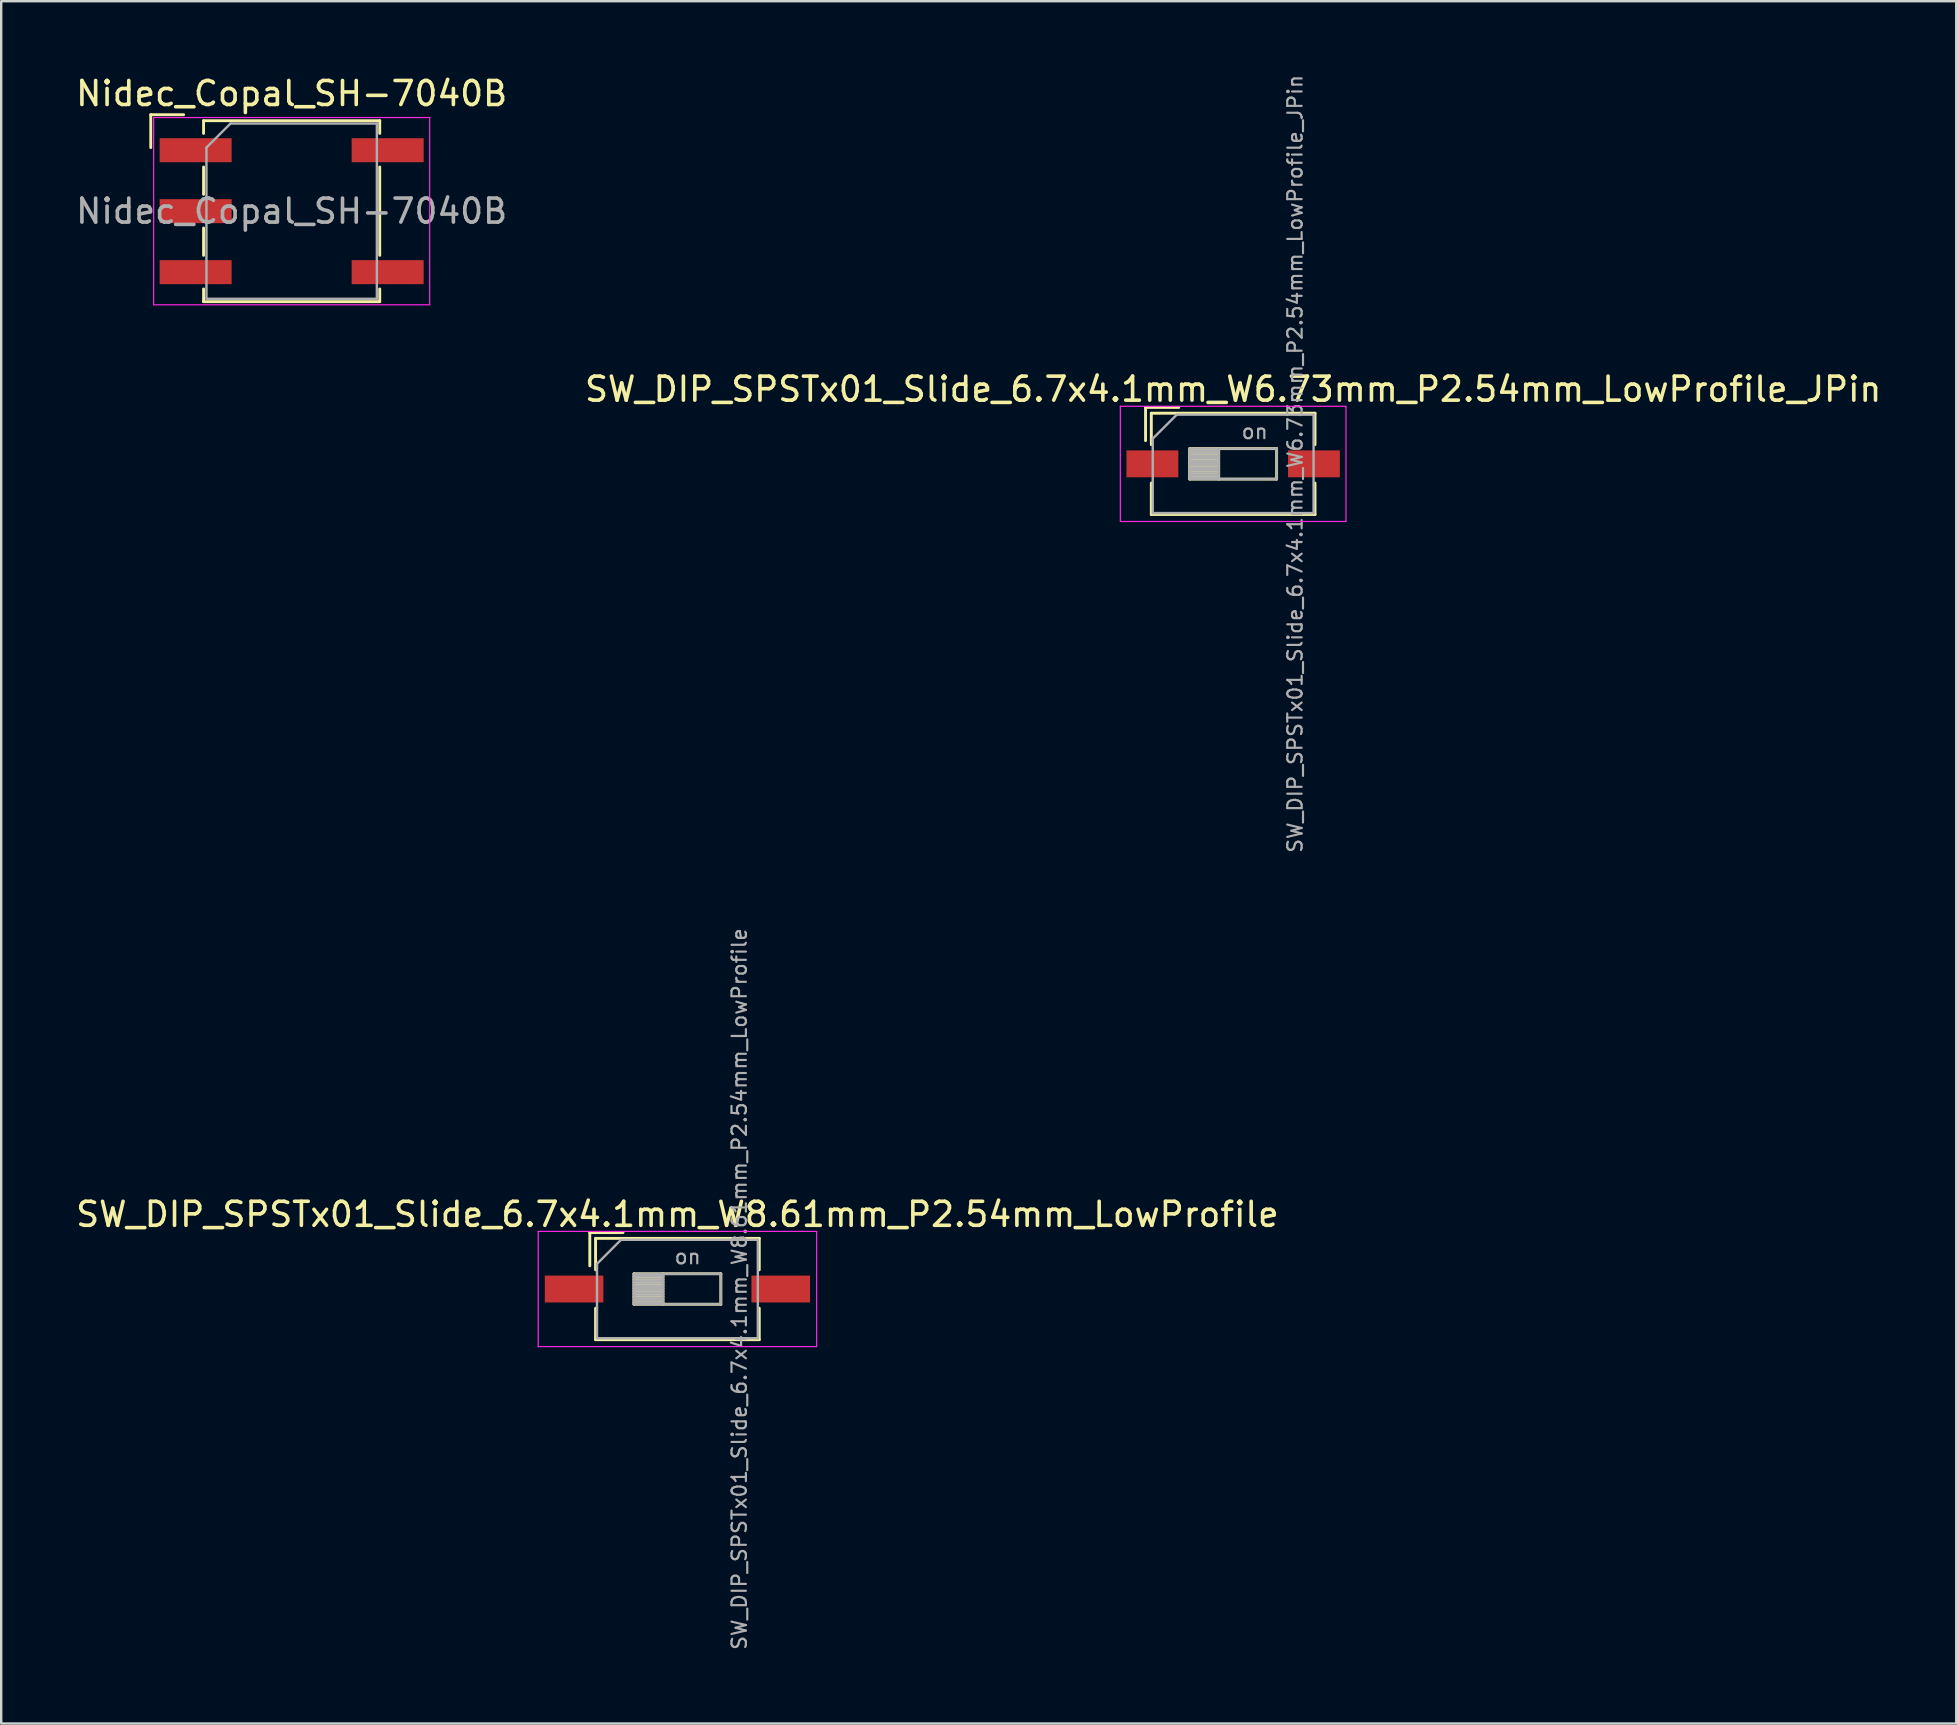
<source format=kicad_pcb>
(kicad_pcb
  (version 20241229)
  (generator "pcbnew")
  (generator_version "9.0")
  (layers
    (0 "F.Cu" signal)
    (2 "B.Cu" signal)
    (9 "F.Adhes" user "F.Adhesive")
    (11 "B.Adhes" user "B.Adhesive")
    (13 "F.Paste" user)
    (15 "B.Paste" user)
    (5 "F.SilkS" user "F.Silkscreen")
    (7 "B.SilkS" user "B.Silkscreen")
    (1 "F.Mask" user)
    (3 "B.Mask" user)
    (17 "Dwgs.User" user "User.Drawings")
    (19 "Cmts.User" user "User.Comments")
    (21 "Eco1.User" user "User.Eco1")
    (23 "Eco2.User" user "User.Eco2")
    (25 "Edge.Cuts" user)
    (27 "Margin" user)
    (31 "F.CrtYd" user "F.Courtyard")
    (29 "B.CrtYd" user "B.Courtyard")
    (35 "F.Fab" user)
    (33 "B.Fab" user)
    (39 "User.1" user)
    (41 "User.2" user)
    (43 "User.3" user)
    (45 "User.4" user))
  (footprint "SW_DIP_SPSTx01_Slide_6.7x4.1mm_W8.61mm_P2.54mm_LowProfile"
    (layer "F.Cu")
    (at 25.173 50.654)
    (property "Reference" "SW_DIP_SPSTx01_Slide_6.7x4.1mm_W8.61mm_P2.54mm_LowProfile" (at 0 -3.11 0) (layer "F.SilkS") (effects (font (size 1 1) (thickness 0.15))))
    (attr smd)
    (fp_line (start -3.65 -2.35) (end -3.65 -0.967) (stroke (width 0.12) (type solid)) (layer "F.SilkS"))
    (fp_line (start -3.65 -2.35) (end -2.267 -2.35) (stroke (width 0.12) (type solid)) (layer "F.SilkS"))
    (fp_line (start -3.41 -2.11) (end -3.41 -0.8) (stroke (width 0.12) (type solid)) (layer "F.SilkS"))
    (fp_line (start -3.41 -2.11) (end 3.41 -2.11) (stroke (width 0.12) (type solid)) (layer "F.SilkS"))
    (fp_line (start -3.41 0.8) (end -3.41 2.11) (stroke (width 0.12) (type solid)) (layer "F.SilkS"))
    (fp_line (start -3.41 2.11) (end 3.41 2.11) (stroke (width 0.12) (type solid)) (layer "F.SilkS"))
    (fp_line (start -1.81 -0.635) (end -1.81 0.635) (stroke (width 0.12) (type solid)) (layer "F.SilkS"))
    (fp_line (start -1.81 -0.515) (end -0.603 -0.515) (stroke (width 0.12) (type solid)) (layer "F.SilkS"))
    (fp_line (start -1.81 -0.395) (end -0.603 -0.395) (stroke (width 0.12) (type solid)) (layer "F.SilkS"))
    (fp_line (start -1.81 -0.275) (end -0.603 -0.275) (stroke (width 0.12) (type solid)) (layer "F.SilkS"))
    (fp_line (start -1.81 -0.155) (end -0.603 -0.155) (stroke (width 0.12) (type solid)) (layer "F.SilkS"))
    (fp_line (start -1.81 -0.035) (end -0.603 -0.035) (stroke (width 0.12) (type solid)) (layer "F.SilkS"))
    (fp_line (start -1.81 0.085) (end -0.603 0.085) (stroke (width 0.12) (type solid)) (layer "F.SilkS"))
    (fp_line (start -1.81 0.205) (end -0.603 0.205) (stroke (width 0.12) (type solid)) (layer "F.SilkS"))
    (fp_line (start -1.81 0.325) (end -0.603 0.325) (stroke (width 0.12) (type solid)) (layer "F.SilkS"))
    (fp_line (start -1.81 0.445) (end -0.603 0.445) (stroke (width 0.12) (type solid)) (layer "F.SilkS"))
    (fp_line (start -1.81 0.565) (end -0.603 0.565) (stroke (width 0.12) (type solid)) (layer "F.SilkS"))
    (fp_line (start -1.81 0.635) (end 1.81 0.635) (stroke (width 0.12) (type solid)) (layer "F.SilkS"))
    (fp_line (start -0.603 -0.635) (end -0.603 0.635) (stroke (width 0.12) (type solid)) (layer "F.SilkS"))
    (fp_line (start 1.81 -0.635) (end -1.81 -0.635) (stroke (width 0.12) (type solid)) (layer "F.SilkS"))
    (fp_line (start 1.81 0.635) (end 1.81 -0.635) (stroke (width 0.12) (type solid)) (layer "F.SilkS"))
    (fp_line (start 3.41 -2.11) (end 3.41 -0.8) (stroke (width 0.12) (type solid)) (layer "F.SilkS"))
    (fp_line (start 3.41 0.8) (end 3.41 2.11) (stroke (width 0.12) (type solid)) (layer "F.SilkS"))
    (fp_line (start -5.8 -2.4) (end -5.8 2.4) (stroke (width 0.05) (type solid)) (layer "F.CrtYd"))
    (fp_line (start -5.8 2.4) (end 5.8 2.4) (stroke (width 0.05) (type solid)) (layer "F.CrtYd"))
    (fp_line (start 5.8 -2.4) (end -5.8 -2.4) (stroke (width 0.05) (type solid)) (layer "F.CrtYd"))
    (fp_line (start 5.8 2.4) (end 5.8 -2.4) (stroke (width 0.05) (type solid)) (layer "F.CrtYd"))
    (fp_line (start -3.35 -1.05) (end -2.35 -2.05) (stroke (width 0.1) (type solid)) (layer "F.Fab"))
    (fp_line (start -3.35 2.05) (end -3.35 -1.05) (stroke (width 0.1) (type solid)) (layer "F.Fab"))
    (fp_line (start -2.35 -2.05) (end 3.35 -2.05) (stroke (width 0.1) (type solid)) (layer "F.Fab"))
    (fp_line (start -1.81 -0.635) (end -1.81 0.635) (stroke (width 0.1) (type solid)) (layer "F.Fab"))
    (fp_line (start -1.81 -0.535) (end -0.603 -0.535) (stroke (width 0.1) (type solid)) (layer "F.Fab"))
    (fp_line (start -1.81 -0.435) (end -0.603 -0.435) (stroke (width 0.1) (type solid)) (layer "F.Fab"))
    (fp_line (start -1.81 -0.335) (end -0.603 -0.335) (stroke (width 0.1) (type solid)) (layer "F.Fab"))
    (fp_line (start -1.81 -0.235) (end -0.603 -0.235) (stroke (width 0.1) (type solid)) (layer "F.Fab"))
    (fp_line (start -1.81 -0.135) (end -0.603 -0.135) (stroke (width 0.1) (type solid)) (layer "F.Fab"))
    (fp_line (start -1.81 -0.035) (end -0.603 -0.035) (stroke (width 0.1) (type solid)) (layer "F.Fab"))
    (fp_line (start -1.81 0.065) (end -0.603 0.065) (stroke (width 0.1) (type solid)) (layer "F.Fab"))
    (fp_line (start -1.81 0.165) (end -0.603 0.165) (stroke (width 0.1) (type solid)) (layer "F.Fab"))
    (fp_line (start -1.81 0.265) (end -0.603 0.265) (stroke (width 0.1) (type solid)) (layer "F.Fab"))
    (fp_line (start -1.81 0.365) (end -0.603 0.365) (stroke (width 0.1) (type solid)) (layer "F.Fab"))
    (fp_line (start -1.81 0.465) (end -0.603 0.465) (stroke (width 0.1) (type solid)) (layer "F.Fab"))
    (fp_line (start -1.81 0.565) (end -0.603 0.565) (stroke (width 0.1) (type solid)) (layer "F.Fab"))
    (fp_line (start -1.81 0.635) (end 1.81 0.635) (stroke (width 0.1) (type solid)) (layer "F.Fab"))
    (fp_line (start -0.603 -0.635) (end -0.603 0.635) (stroke (width 0.1) (type solid)) (layer "F.Fab"))
    (fp_line (start 1.81 -0.635) (end -1.81 -0.635) (stroke (width 0.1) (type solid)) (layer "F.Fab"))
    (fp_line (start 1.81 0.635) (end 1.81 -0.635) (stroke (width 0.1) (type solid)) (layer "F.Fab"))
    (fp_line (start 3.35 -2.05) (end 3.35 2.05) (stroke (width 0.1) (type solid)) (layer "F.Fab"))
    (fp_line (start 3.35 2.05) (end -3.35 2.05) (stroke (width 0.1) (type solid)) (layer "F.Fab"))
    (fp_text user "${REFERENCE}" (at 2.58 0 90) (layer "F.Fab") (effects (font (size 0.6 0.6) (thickness 0.09))))
    (fp_text user "on" (at 0.427 -1.343 0) (layer "F.Fab") (effects (font (size 0.6 0.6) (thickness 0.09))))
    (pad "1" smd rect (at -4.305 0) (size 2.44 1.12) (layers "F.Cu" "F.Mask" "F.Paste"))
    (pad "2" smd rect (at 4.305 0) (size 2.44 1.12) (layers "F.Cu" "F.Mask" "F.Paste")))
  (footprint "SW_DIP_SPSTx01_Slide_6.7x4.1mm_W6.73mm_P2.54mm_LowProfile_JPin"
    (layer "F.Cu")
    (at 48.327 16.275)
    (property "Reference" "SW_DIP_SPSTx01_Slide_6.7x4.1mm_W6.73mm_P2.54mm_LowProfile_JPin" (at 0 -3.11 0) (layer "F.SilkS") (effects (font (size 1 1) (thickness 0.15))))
    (attr smd)
    (fp_line (start -3.65 -2.35) (end -3.65 -0.967) (stroke (width 0.12) (type solid)) (layer "F.SilkS"))
    (fp_line (start -3.65 -2.35) (end -2.267 -2.35) (stroke (width 0.12) (type solid)) (layer "F.SilkS"))
    (fp_line (start -3.41 -2.11) (end -3.41 -0.8) (stroke (width 0.12) (type solid)) (layer "F.SilkS"))
    (fp_line (start -3.41 -2.11) (end 3.41 -2.11) (stroke (width 0.12) (type solid)) (layer "F.SilkS"))
    (fp_line (start -3.41 0.8) (end -3.41 2.11) (stroke (width 0.12) (type solid)) (layer "F.SilkS"))
    (fp_line (start -3.41 2.11) (end 3.41 2.11) (stroke (width 0.12) (type solid)) (layer "F.SilkS"))
    (fp_line (start -1.81 -0.635) (end -1.81 0.635) (stroke (width 0.12) (type solid)) (layer "F.SilkS"))
    (fp_line (start -1.81 -0.515) (end -0.603 -0.515) (stroke (width 0.12) (type solid)) (layer "F.SilkS"))
    (fp_line (start -1.81 -0.395) (end -0.603 -0.395) (stroke (width 0.12) (type solid)) (layer "F.SilkS"))
    (fp_line (start -1.81 -0.275) (end -0.603 -0.275) (stroke (width 0.12) (type solid)) (layer "F.SilkS"))
    (fp_line (start -1.81 -0.155) (end -0.603 -0.155) (stroke (width 0.12) (type solid)) (layer "F.SilkS"))
    (fp_line (start -1.81 -0.035) (end -0.603 -0.035) (stroke (width 0.12) (type solid)) (layer "F.SilkS"))
    (fp_line (start -1.81 0.085) (end -0.603 0.085) (stroke (width 0.12) (type solid)) (layer "F.SilkS"))
    (fp_line (start -1.81 0.205) (end -0.603 0.205) (stroke (width 0.12) (type solid)) (layer "F.SilkS"))
    (fp_line (start -1.81 0.325) (end -0.603 0.325) (stroke (width 0.12) (type solid)) (layer "F.SilkS"))
    (fp_line (start -1.81 0.445) (end -0.603 0.445) (stroke (width 0.12) (type solid)) (layer "F.SilkS"))
    (fp_line (start -1.81 0.565) (end -0.603 0.565) (stroke (width 0.12) (type solid)) (layer "F.SilkS"))
    (fp_line (start -1.81 0.635) (end 1.81 0.635) (stroke (width 0.12) (type solid)) (layer "F.SilkS"))
    (fp_line (start -0.603 -0.635) (end -0.603 0.635) (stroke (width 0.12) (type solid)) (layer "F.SilkS"))
    (fp_line (start 1.81 -0.635) (end -1.81 -0.635) (stroke (width 0.12) (type solid)) (layer "F.SilkS"))
    (fp_line (start 1.81 0.635) (end 1.81 -0.635) (stroke (width 0.12) (type solid)) (layer "F.SilkS"))
    (fp_line (start 3.41 -2.11) (end 3.41 -0.8) (stroke (width 0.12) (type solid)) (layer "F.SilkS"))
    (fp_line (start 3.41 0.8) (end 3.41 2.11) (stroke (width 0.12) (type solid)) (layer "F.SilkS"))
    (fp_line (start -4.7 -2.4) (end -4.7 2.4) (stroke (width 0.05) (type solid)) (layer "F.CrtYd"))
    (fp_line (start -4.7 2.4) (end 4.7 2.4) (stroke (width 0.05) (type solid)) (layer "F.CrtYd"))
    (fp_line (start 4.7 -2.4) (end -4.7 -2.4) (stroke (width 0.05) (type solid)) (layer "F.CrtYd"))
    (fp_line (start 4.7 2.4) (end 4.7 -2.4) (stroke (width 0.05) (type solid)) (layer "F.CrtYd"))
    (fp_line (start -3.35 -1.05) (end -2.35 -2.05) (stroke (width 0.1) (type solid)) (layer "F.Fab"))
    (fp_line (start -3.35 2.05) (end -3.35 -1.05) (stroke (width 0.1) (type solid)) (layer "F.Fab"))
    (fp_line (start -2.35 -2.05) (end 3.35 -2.05) (stroke (width 0.1) (type solid)) (layer "F.Fab"))
    (fp_line (start -1.81 -0.635) (end -1.81 0.635) (stroke (width 0.1) (type solid)) (layer "F.Fab"))
    (fp_line (start -1.81 -0.535) (end -0.603 -0.535) (stroke (width 0.1) (type solid)) (layer "F.Fab"))
    (fp_line (start -1.81 -0.435) (end -0.603 -0.435) (stroke (width 0.1) (type solid)) (layer "F.Fab"))
    (fp_line (start -1.81 -0.335) (end -0.603 -0.335) (stroke (width 0.1) (type solid)) (layer "F.Fab"))
    (fp_line (start -1.81 -0.235) (end -0.603 -0.235) (stroke (width 0.1) (type solid)) (layer "F.Fab"))
    (fp_line (start -1.81 -0.135) (end -0.603 -0.135) (stroke (width 0.1) (type solid)) (layer "F.Fab"))
    (fp_line (start -1.81 -0.035) (end -0.603 -0.035) (stroke (width 0.1) (type solid)) (layer "F.Fab"))
    (fp_line (start -1.81 0.065) (end -0.603 0.065) (stroke (width 0.1) (type solid)) (layer "F.Fab"))
    (fp_line (start -1.81 0.165) (end -0.603 0.165) (stroke (width 0.1) (type solid)) (layer "F.Fab"))
    (fp_line (start -1.81 0.265) (end -0.603 0.265) (stroke (width 0.1) (type solid)) (layer "F.Fab"))
    (fp_line (start -1.81 0.365) (end -0.603 0.365) (stroke (width 0.1) (type solid)) (layer "F.Fab"))
    (fp_line (start -1.81 0.465) (end -0.603 0.465) (stroke (width 0.1) (type solid)) (layer "F.Fab"))
    (fp_line (start -1.81 0.565) (end -0.603 0.565) (stroke (width 0.1) (type solid)) (layer "F.Fab"))
    (fp_line (start -1.81 0.635) (end 1.81 0.635) (stroke (width 0.1) (type solid)) (layer "F.Fab"))
    (fp_line (start -0.603 -0.635) (end -0.603 0.635) (stroke (width 0.1) (type solid)) (layer "F.Fab"))
    (fp_line (start 1.81 -0.635) (end -1.81 -0.635) (stroke (width 0.1) (type solid)) (layer "F.Fab"))
    (fp_line (start 1.81 0.635) (end 1.81 -0.635) (stroke (width 0.1) (type solid)) (layer "F.Fab"))
    (fp_line (start 3.35 -2.05) (end 3.35 2.05) (stroke (width 0.1) (type solid)) (layer "F.Fab"))
    (fp_line (start 3.35 2.05) (end -3.35 2.05) (stroke (width 0.1) (type solid)) (layer "F.Fab"))
    (fp_text user "on" (at 0.897 -1.343 0) (layer "F.Fab") (effects (font (size 0.6 0.6) (thickness 0.09))))
    (fp_text user "${REFERENCE}" (at 2.58 0 90) (layer "F.Fab") (effects (font (size 0.6 0.6) (thickness 0.09))))
    (pad "1" smd rect (at -3.365 0) (size 2.16 1.12) (layers "F.Cu" "F.Mask" "F.Paste"))
    (pad "2" smd rect (at 3.365 0) (size 2.16 1.12) (layers "F.Cu" "F.Mask" "F.Paste")))
  (footprint "Nidec_Copal_SH-7040B"
    (layer "F.Cu")
    (at 9.101 5.748)
    (property "Reference" "Nidec_Copal_SH-7040B" (at 0 -4.9 0) (layer "F.SilkS") (effects (font (size 1 1) (thickness 0.15))))
    (attr smd)
    (fp_line (start -5.87 -4.02) (end -4.5 -4.02) (stroke (width 0.12) (type solid)) (layer "F.SilkS"))
    (fp_line (start -5.87 -2.65) (end -5.87 -4.02) (stroke (width 0.12) (type solid)) (layer "F.SilkS"))
    (fp_line (start -3.67 -3.77) (end 3.67 -3.77) (stroke (width 0.12) (type solid)) (layer "F.SilkS"))
    (fp_line (start -3.67 -3.24) (end -3.67 -3.77) (stroke (width 0.12) (type solid)) (layer "F.SilkS"))
    (fp_line (start -3.67 -1.84) (end -3.67 -0.7) (stroke (width 0.12) (type solid)) (layer "F.SilkS"))
    (fp_line (start -3.67 0.7) (end -3.67 1.84) (stroke (width 0.12) (type solid)) (layer "F.SilkS"))
    (fp_line (start -3.67 3.24) (end -3.67 3.77) (stroke (width 0.12) (type solid)) (layer "F.SilkS"))
    (fp_line (start -3.67 3.77) (end 3.67 3.77) (stroke (width 0.12) (type solid)) (layer "F.SilkS"))
    (fp_line (start 3.67 -3.77) (end 3.67 -3.24) (stroke (width 0.12) (type solid)) (layer "F.SilkS"))
    (fp_line (start 3.67 -1.84) (end 3.67 1.84) (stroke (width 0.12) (type solid)) (layer "F.SilkS"))
    (fp_line (start 3.67 3.77) (end 3.67 3.24) (stroke (width 0.12) (type solid)) (layer "F.SilkS"))
    (fp_line (start -5.75 -3.9) (end -5.75 3.9) (stroke (width 0.05) (type solid)) (layer "F.CrtYd"))
    (fp_line (start -5.75 3.9) (end 5.75 3.9) (stroke (width 0.05) (type solid)) (layer "F.CrtYd"))
    (fp_line (start 5.75 -3.9) (end -5.75 -3.9) (stroke (width 0.05) (type solid)) (layer "F.CrtYd"))
    (fp_line (start 5.75 3.9) (end 5.75 -3.9) (stroke (width 0.05) (type solid)) (layer "F.CrtYd"))
    (fp_line (start -3.55 -2.65) (end -2.55 -3.65) (stroke (width 0.1) (type solid)) (layer "F.Fab"))
    (fp_line (start -3.55 3.65) (end -3.55 -2.65) (stroke (width 0.1) (type solid)) (layer "F.Fab"))
    (fp_line (start -2.55 -3.65) (end 3.55 -3.65) (stroke (width 0.1) (type solid)) (layer "F.Fab"))
    (fp_line (start 3.55 -3.65) (end 3.55 3.65) (stroke (width 0.1) (type solid)) (layer "F.Fab"))
    (fp_line (start 3.55 3.65) (end -3.55 3.65) (stroke (width 0.1) (type solid)) (layer "F.Fab"))
    (fp_text user "${REFERENCE}" (at 0 0 0) (layer "F.Fab") (effects (font (size 1 1) (thickness 0.15))))
    (pad "1" smd rect (at -4 -2.54) (size 3 1) (layers "F.Cu" "F.Mask" "F.Paste"))
    (pad "2" smd rect (at 4 2.54) (size 3 1) (layers "F.Cu" "F.Mask" "F.Paste"))
    (pad "4" smd rect (at -4 2.54) (size 3 1) (layers "F.Cu" "F.Mask" "F.Paste"))
    (pad "8" smd rect (at 4 -2.54) (size 3 1) (layers "F.Cu" "F.Mask" "F.Paste"))
    (pad "C" smd rect (at -4 0) (size 3 1) (layers "F.Cu" "F.Mask" "F.Paste")))
  (gr_rect
    (start -3 -3)
    (end 78.452 68.757)
    (stroke (width 0.1) (type default))
    (fill no)
    (layer "Edge.Cuts")))
</source>
